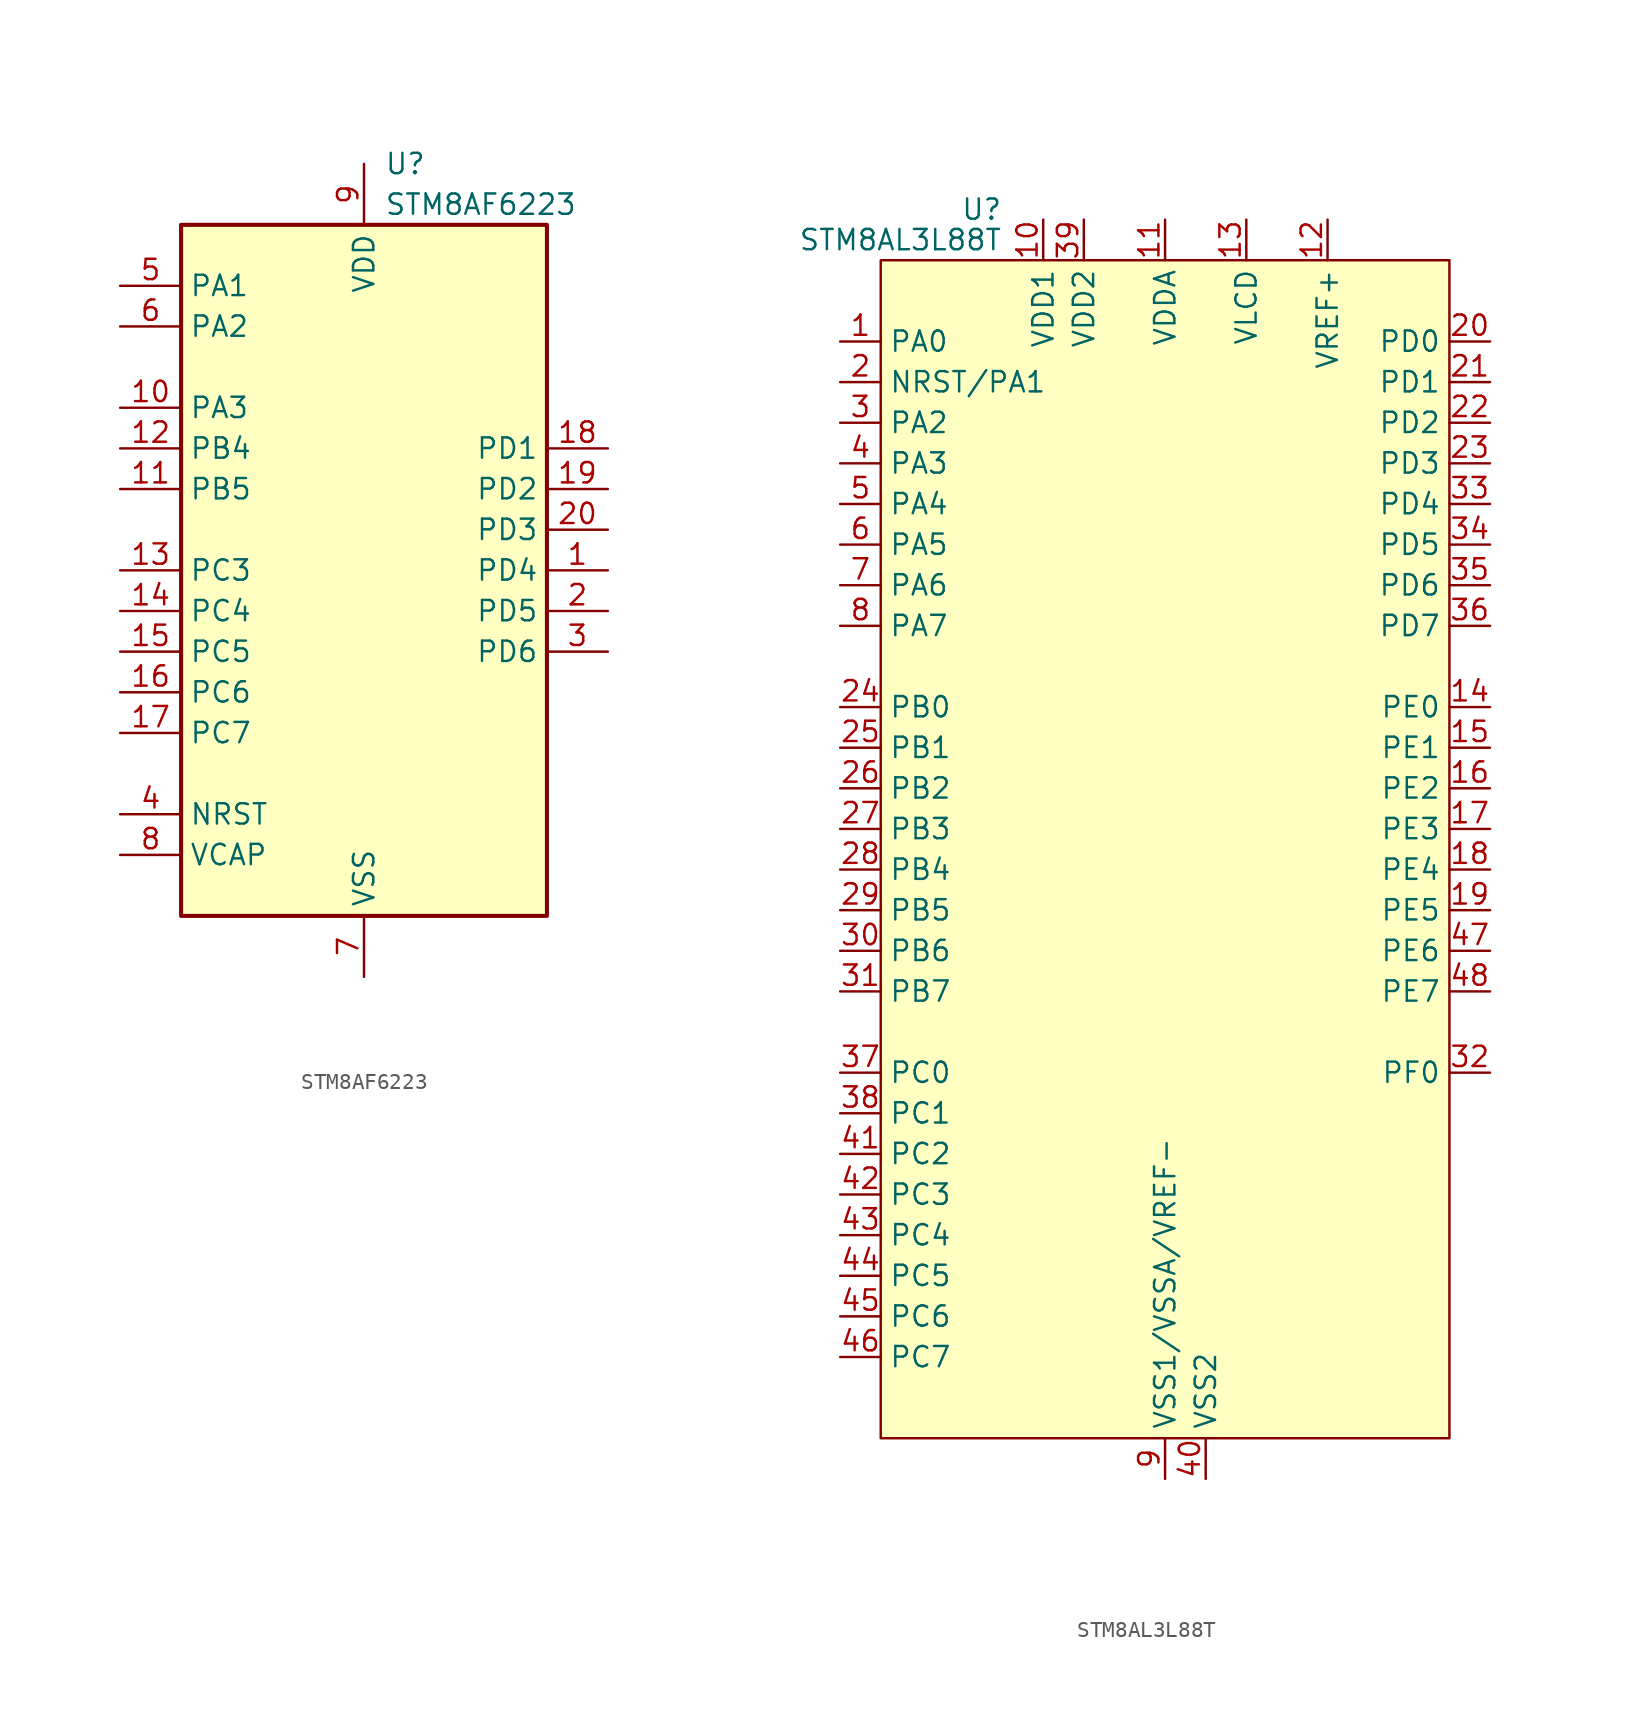
<source format=kicad_sym>
(kicad_symbol_lib
  (version 20220914)
  (generator kicad_symbol_editor)
  (symbol "STM8AF6223"
    (property "Reference" "U"
      (at 1.27 25.4 0)
      (effects (font (size 1.27 1.27)) (justify left)))
    (property "Value" "STM8AF6223"
      (at 1.27 22.86 0)
      (effects (font (size 1.27 1.27)) (justify left)))
    (symbol "STM8AF6223_0_1"
      (rectangle (start -11.43 21.59) (end 11.43 -21.59) (stroke (width 0.254) (type default)) (fill (type background))))
    (symbol "STM8AF6223_1_1"
      (pin bidirectional line (at 15.24 0 180) (length 3.81) (name "PD4" (effects (font (size 1.27 1.27)))) (number "1" (effects (font (size 1.27 1.27)))))
      (pin bidirectional line (at -15.24 10.16 0) (length 3.81) (name "PA3" (effects (font (size 1.27 1.27)))) (number "10" (effects (font (size 1.27 1.27)))))
      (pin bidirectional line (at -15.24 5.08 0) (length 3.81) (name "PB5" (effects (font (size 1.27 1.27)))) (number "11" (effects (font (size 1.27 1.27)))))
      (pin bidirectional line (at -15.24 7.62 0) (length 3.81) (name "PB4" (effects (font (size 1.27 1.27)))) (number "12" (effects (font (size 1.27 1.27)))))
      (pin bidirectional line (at -15.24 0 0) (length 3.81) (name "PC3" (effects (font (size 1.27 1.27)))) (number "13" (effects (font (size 1.27 1.27)))))
      (pin bidirectional line (at -15.24 -2.54 0) (length 3.81) (name "PC4" (effects (font (size 1.27 1.27)))) (number "14" (effects (font (size 1.27 1.27)))))
      (pin bidirectional line (at -15.24 -5.08 0) (length 3.81) (name "PC5" (effects (font (size 1.27 1.27)))) (number "15" (effects (font (size 1.27 1.27)))))
      (pin bidirectional line (at -15.24 -7.62 0) (length 3.81) (name "PC6" (effects (font (size 1.27 1.27)))) (number "16" (effects (font (size 1.27 1.27)))))
      (pin bidirectional line (at -15.24 -10.16 0) (length 3.81) (name "PC7" (effects (font (size 1.27 1.27)))) (number "17" (effects (font (size 1.27 1.27)))))
      (pin bidirectional line (at 15.24 7.62 180) (length 3.81) (name "PD1" (effects (font (size 1.27 1.27)))) (number "18" (effects (font (size 1.27 1.27)))))
      (pin bidirectional line (at 15.24 5.08 180) (length 3.81) (name "PD2" (effects (font (size 1.27 1.27)))) (number "19" (effects (font (size 1.27 1.27)))))
      (pin bidirectional line (at 15.24 -2.54 180) (length 3.81) (name "PD5" (effects (font (size 1.27 1.27)))) (number "2" (effects (font (size 1.27 1.27)))))
      (pin bidirectional line (at 15.24 2.54 180) (length 3.81) (name "PD3" (effects (font (size 1.27 1.27)))) (number "20" (effects (font (size 1.27 1.27)))))
      (pin bidirectional line (at 15.24 -5.08 180) (length 3.81) (name "PD6" (effects (font (size 1.27 1.27)))) (number "3" (effects (font (size 1.27 1.27)))))
      (pin input line (at -15.24 -15.24 0) (length 3.81) (name "NRST" (effects (font (size 1.27 1.27)))) (number "4" (effects (font (size 1.27 1.27)))))
      (pin bidirectional line (at -15.24 17.78 0) (length 3.81) (name "PA1" (effects (font (size 1.27 1.27)))) (number "5" (effects (font (size 1.27 1.27)))))
      (pin bidirectional line (at -15.24 15.24 0) (length 3.81) (name "PA2" (effects (font (size 1.27 1.27)))) (number "6" (effects (font (size 1.27 1.27)))))
      (pin power_in line (at 0 -25.4 90) (length 3.81) (name "VSS" (effects (font (size 1.27 1.27)))) (number "7" (effects (font (size 1.27 1.27)))))
      (pin input line (at -15.24 -17.78 0) (length 3.81) (name "VCAP" (effects (font (size 1.27 1.27)))) (number "8" (effects (font (size 1.27 1.27)))))
      (pin power_in line (at 0 25.4 270) (length 3.81) (name "VDD" (effects (font (size 1.27 1.27)))) (number "9" (effects (font (size 1.27 1.27)))))))
  (symbol "STM8AL3L88T"
    (property "Reference" "U"
      (at -10.16 38.735 0)
      (effects (font (size 1.27 1.27)) (justify right)))
    (property "Value" "STM8AL3L88T"
      (at -10.16 36.83 0)
      (effects (font (size 1.27 1.27)) (justify right)))
    (symbol "STM8AL3L88T_0_0"
      (pin bidirectional line (at -20.32 30.48 0) (length 2.54) (name "PA0" (effects (font (size 1.27 1.27)))) (number "1" (effects (font (size 1.27 1.27)))))
      (pin power_in line (at -7.62 38.1 270) (length 2.54) (name "VDD1" (effects (font (size 1.27 1.27)))) (number "10" (effects (font (size 1.27 1.27)))))
      (pin power_in line (at 0 38.1 270) (length 2.54) (name "VDDA" (effects (font (size 1.27 1.27)))) (number "11" (effects (font (size 1.27 1.27)))))
      (pin power_in line (at 10.16 38.1 270) (length 2.54) (name "VREF+" (effects (font (size 1.27 1.27)))) (number "12" (effects (font (size 1.27 1.27)))))
      (pin power_in line (at 5.08 38.1 270) (length 2.54) (name "VLCD" (effects (font (size 1.27 1.27)))) (number "13" (effects (font (size 1.27 1.27)))))
      (pin bidirectional line (at 20.32 7.62 180) (length 2.54) (name "PE0" (effects (font (size 1.27 1.27)))) (number "14" (effects (font (size 1.27 1.27)))))
      (pin bidirectional line (at 20.32 5.08 180) (length 2.54) (name "PE1" (effects (font (size 1.27 1.27)))) (number "15" (effects (font (size 1.27 1.27)))))
      (pin bidirectional line (at 20.32 2.54 180) (length 2.54) (name "PE2" (effects (font (size 1.27 1.27)))) (number "16" (effects (font (size 1.27 1.27)))))
      (pin bidirectional line (at 20.32 0 180) (length 2.54) (name "PE3" (effects (font (size 1.27 1.27)))) (number "17" (effects (font (size 1.27 1.27)))))
      (pin bidirectional line (at 20.32 -2.54 180) (length 2.54) (name "PE4" (effects (font (size 1.27 1.27)))) (number "18" (effects (font (size 1.27 1.27)))))
      (pin bidirectional line (at 20.32 -5.08 180) (length 2.54) (name "PE5" (effects (font (size 1.27 1.27)))) (number "19" (effects (font (size 1.27 1.27)))))
      (pin bidirectional line (at -20.32 27.94 0) (length 2.54) (name "NRST/PA1" (effects (font (size 1.27 1.27)))) (number "2" (effects (font (size 1.27 1.27)))))
      (pin bidirectional line (at 20.32 30.48 180) (length 2.54) (name "PD0" (effects (font (size 1.27 1.27)))) (number "20" (effects (font (size 1.27 1.27)))))
      (pin bidirectional line (at 20.32 27.94 180) (length 2.54) (name "PD1" (effects (font (size 1.27 1.27)))) (number "21" (effects (font (size 1.27 1.27)))))
      (pin bidirectional line (at 20.32 25.4 180) (length 2.54) (name "PD2" (effects (font (size 1.27 1.27)))) (number "22" (effects (font (size 1.27 1.27)))))
      (pin bidirectional line (at 20.32 22.86 180) (length 2.54) (name "PD3" (effects (font (size 1.27 1.27)))) (number "23" (effects (font (size 1.27 1.27)))))
      (pin bidirectional line (at -20.32 7.62 0) (length 2.54) (name "PB0" (effects (font (size 1.27 1.27)))) (number "24" (effects (font (size 1.27 1.27)))))
      (pin bidirectional line (at -20.32 5.08 0) (length 2.54) (name "PB1" (effects (font (size 1.27 1.27)))) (number "25" (effects (font (size 1.27 1.27)))))
      (pin bidirectional line (at -20.32 2.54 0) (length 2.54) (name "PB2" (effects (font (size 1.27 1.27)))) (number "26" (effects (font (size 1.27 1.27)))))
      (pin bidirectional line (at -20.32 0 0) (length 2.54) (name "PB3" (effects (font (size 1.27 1.27)))) (number "27" (effects (font (size 1.27 1.27)))))
      (pin bidirectional line (at -20.32 -2.54 0) (length 2.54) (name "PB4" (effects (font (size 1.27 1.27)))) (number "28" (effects (font (size 1.27 1.27)))))
      (pin bidirectional line (at -20.32 -5.08 0) (length 2.54) (name "PB5" (effects (font (size 1.27 1.27)))) (number "29" (effects (font (size 1.27 1.27)))))
      (pin bidirectional line (at -20.32 25.4 0) (length 2.54) (name "PA2" (effects (font (size 1.27 1.27)))) (number "3" (effects (font (size 1.27 1.27)))))
      (pin bidirectional line (at -20.32 -7.62 0) (length 2.54) (name "PB6" (effects (font (size 1.27 1.27)))) (number "30" (effects (font (size 1.27 1.27)))))
      (pin bidirectional line (at -20.32 -10.16 0) (length 2.54) (name "PB7" (effects (font (size 1.27 1.27)))) (number "31" (effects (font (size 1.27 1.27)))))
      (pin bidirectional line (at 20.32 -15.24 180) (length 2.54) (name "PF0" (effects (font (size 1.27 1.27)))) (number "32" (effects (font (size 1.27 1.27)))))
      (pin bidirectional line (at 20.32 20.32 180) (length 2.54) (name "PD4" (effects (font (size 1.27 1.27)))) (number "33" (effects (font (size 1.27 1.27)))))
      (pin bidirectional line (at 20.32 17.78 180) (length 2.54) (name "PD5" (effects (font (size 1.27 1.27)))) (number "34" (effects (font (size 1.27 1.27)))))
      (pin bidirectional line (at 20.32 15.24 180) (length 2.54) (name "PD6" (effects (font (size 1.27 1.27)))) (number "35" (effects (font (size 1.27 1.27)))))
      (pin bidirectional line (at 20.32 12.7 180) (length 2.54) (name "PD7" (effects (font (size 1.27 1.27)))) (number "36" (effects (font (size 1.27 1.27)))))
      (pin bidirectional line (at -20.32 -15.24 0) (length 2.54) (name "PC0" (effects (font (size 1.27 1.27)))) (number "37" (effects (font (size 1.27 1.27)))))
      (pin bidirectional line (at -20.32 -17.78 0) (length 2.54) (name "PC1" (effects (font (size 1.27 1.27)))) (number "38" (effects (font (size 1.27 1.27)))))
      (pin power_in line (at -5.08 38.1 270) (length 2.54) (name "VDD2" (effects (font (size 1.27 1.27)))) (number "39" (effects (font (size 1.27 1.27)))))
      (pin bidirectional line (at -20.32 22.86 0) (length 2.54) (name "PA3" (effects (font (size 1.27 1.27)))) (number "4" (effects (font (size 1.27 1.27)))))
      (pin power_in line (at 2.54 -40.64 90) (length 2.54) (name "VSS2" (effects (font (size 1.27 1.27)))) (number "40" (effects (font (size 1.27 1.27)))))
      (pin bidirectional line (at -20.32 -20.32 0) (length 2.54) (name "PC2" (effects (font (size 1.27 1.27)))) (number "41" (effects (font (size 1.27 1.27)))))
      (pin bidirectional line (at -20.32 -22.86 0) (length 2.54) (name "PC3" (effects (font (size 1.27 1.27)))) (number "42" (effects (font (size 1.27 1.27)))))
      (pin bidirectional line (at -20.32 -25.4 0) (length 2.54) (name "PC4" (effects (font (size 1.27 1.27)))) (number "43" (effects (font (size 1.27 1.27)))))
      (pin bidirectional line (at -20.32 -27.94 0) (length 2.54) (name "PC5" (effects (font (size 1.27 1.27)))) (number "44" (effects (font (size 1.27 1.27)))))
      (pin bidirectional line (at -20.32 -30.48 0) (length 2.54) (name "PC6" (effects (font (size 1.27 1.27)))) (number "45" (effects (font (size 1.27 1.27)))))
      (pin bidirectional line (at -20.32 -33.02 0) (length 2.54) (name "PC7" (effects (font (size 1.27 1.27)))) (number "46" (effects (font (size 1.27 1.27)))))
      (pin bidirectional line (at 20.32 -7.62 180) (length 2.54) (name "PE6" (effects (font (size 1.27 1.27)))) (number "47" (effects (font (size 1.27 1.27)))))
      (pin bidirectional line (at 20.32 -10.16 180) (length 2.54) (name "PE7" (effects (font (size 1.27 1.27)))) (number "48" (effects (font (size 1.27 1.27)))))
      (pin bidirectional line (at -20.32 20.32 0) (length 2.54) (name "PA4" (effects (font (size 1.27 1.27)))) (number "5" (effects (font (size 1.27 1.27)))))
      (pin bidirectional line (at -20.32 17.78 0) (length 2.54) (name "PA5" (effects (font (size 1.27 1.27)))) (number "6" (effects (font (size 1.27 1.27)))))
      (pin bidirectional line (at -20.32 15.24 0) (length 2.54) (name "PA6" (effects (font (size 1.27 1.27)))) (number "7" (effects (font (size 1.27 1.27)))))
      (pin bidirectional line (at -20.32 12.7 0) (length 2.54) (name "PA7" (effects (font (size 1.27 1.27)))) (number "8" (effects (font (size 1.27 1.27)))))
      (pin power_in line (at 0 -40.64 90) (length 2.54) (name "VSS1/VSSA/VREF-" (effects (font (size 1.27 1.27)))) (number "9" (effects (font (size 1.27 1.27))))))
    (symbol "STM8AL3L88T_0_1"
      (rectangle (start -17.78 35.56) (end 17.78 -38.1) (stroke (width 0) (type default)) (fill (type background))))))
</source>
